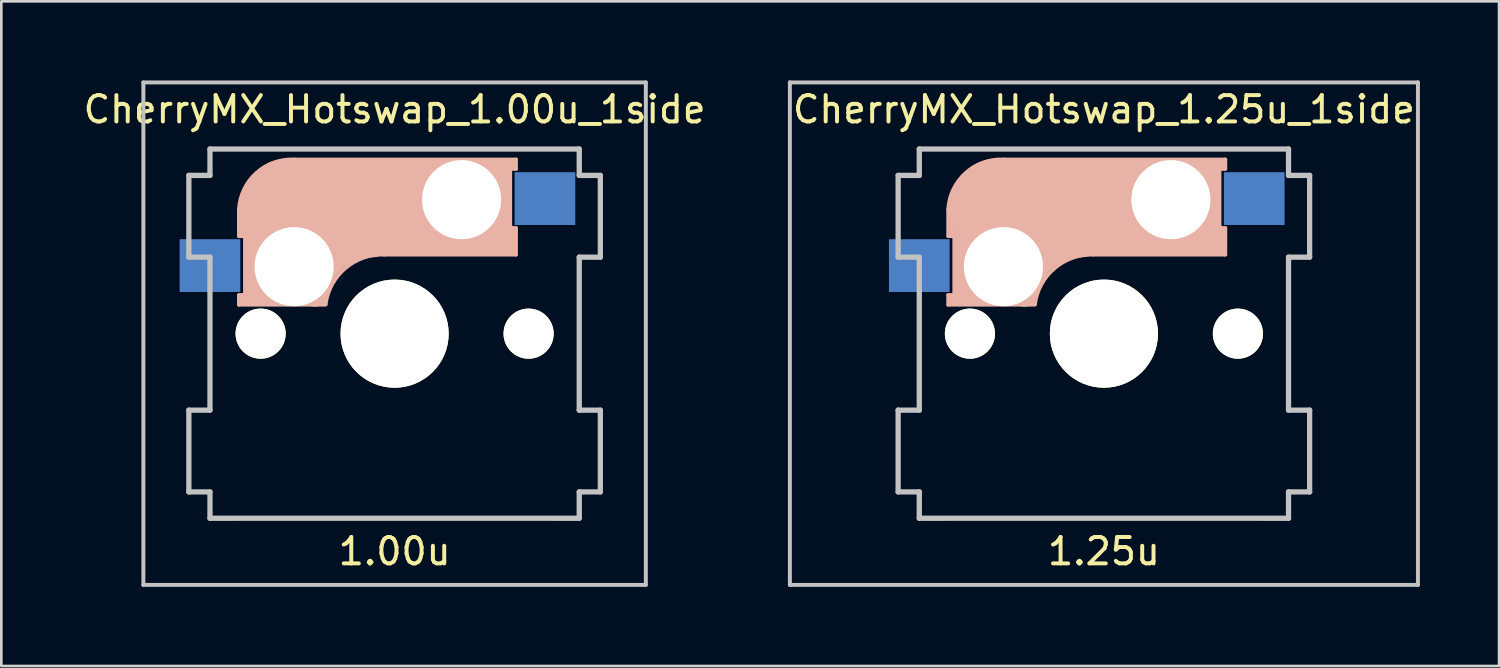
<source format=kicad_pcb>
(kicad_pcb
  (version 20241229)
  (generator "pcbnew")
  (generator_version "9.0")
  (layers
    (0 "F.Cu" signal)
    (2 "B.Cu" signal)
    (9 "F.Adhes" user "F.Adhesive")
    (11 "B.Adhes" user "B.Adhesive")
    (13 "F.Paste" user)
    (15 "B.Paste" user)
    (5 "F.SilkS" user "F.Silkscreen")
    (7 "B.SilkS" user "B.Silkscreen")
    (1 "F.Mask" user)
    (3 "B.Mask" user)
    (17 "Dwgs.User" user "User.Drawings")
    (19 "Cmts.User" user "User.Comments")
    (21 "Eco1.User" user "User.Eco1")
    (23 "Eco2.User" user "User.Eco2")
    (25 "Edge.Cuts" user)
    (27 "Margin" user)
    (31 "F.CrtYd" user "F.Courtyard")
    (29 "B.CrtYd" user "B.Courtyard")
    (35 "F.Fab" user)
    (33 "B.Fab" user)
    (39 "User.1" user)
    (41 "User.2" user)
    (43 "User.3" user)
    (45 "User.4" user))
  (footprint "CherryMX_Hotswap_1.00u_1side"
    (layer "F.Cu")
    (at 11.911 9.6)
    (property "Reference" "CherryMX_Hotswap_1.00u_1side" (at 0 -8.5 0) (layer "F.SilkS") (effects (font (size 1 1) (thickness 0.15))))
    (attr through_hole)
    (fp_line (start -7 -7) (end -6 -7) (stroke (width 0.15) (type solid)) (layer "F.SilkS"))
    (fp_line (start -7 -6) (end -7 -7) (stroke (width 0.15) (type solid)) (layer "F.SilkS"))
    (fp_line (start -7 6) (end -7 7) (stroke (width 0.15) (type solid)) (layer "F.SilkS"))
    (fp_line (start -7 7) (end -6 7) (stroke (width 0.15) (type solid)) (layer "F.SilkS"))
    (fp_line (start 6 7) (end 7 7) (stroke (width 0.15) (type solid)) (layer "F.SilkS"))
    (fp_line (start 7 -7) (end 6 -7) (stroke (width 0.15) (type solid)) (layer "F.SilkS"))
    (fp_line (start 7 -7) (end 7 -6) (stroke (width 0.15) (type solid)) (layer "F.SilkS"))
    (fp_line (start 7 7) (end 7 6) (stroke (width 0.15) (type solid)) (layer "F.SilkS"))
    (fp_line (start -5.9 -4.7) (end -5.9 -3.7) (stroke (width 0.15) (type solid)) (layer "B.SilkS"))
    (fp_line (start -5.9 -3.7) (end -5.7 -3.7) (stroke (width 0.15) (type solid)) (layer "B.SilkS"))
    (fp_line (start -5.9 -1.1) (end -5.9 -1.46) (stroke (width 0.15) (type solid)) (layer "B.SilkS"))
    (fp_line (start -5.9 -1.1) (end -2.62 -1.1) (stroke (width 0.15) (type solid)) (layer "B.SilkS"))
    (fp_line (start -5.8 -3.8) (end -5.8 -4.7) (stroke (width 0.3) (type solid)) (layer "B.SilkS"))
    (fp_line (start -5.7 -1.46) (end -5.9 -1.46) (stroke (width 0.15) (type solid)) (layer "B.SilkS"))
    (fp_line (start -5.7 -1.3) (end -3 -1.3) (stroke (width 0.5) (type solid)) (layer "B.SilkS"))
    (fp_line (start -5.67 -3.7) (end -5.67 -1.46) (stroke (width 0.15) (type solid)) (layer "B.SilkS"))
    (fp_line (start -5.3 -1.6) (end -5.3 -3.4) (stroke (width 0.8) (type solid)) (layer "B.SilkS"))
    (fp_line (start -4.17 -5.1) (end -4.17 -2.86) (stroke (width 3) (type solid)) (layer "B.SilkS"))
    (fp_line (start -0.4 -3) (end 4.6 -3) (stroke (width 0.15) (type solid)) (layer "B.SilkS"))
    (fp_line (start 2.6 -4.8) (end -4.1 -4.8) (stroke (width 3.5) (type solid)) (layer "B.SilkS"))
    (fp_line (start 3.9 -6) (end 3.9 -3.5) (stroke (width 1) (type solid)) (layer "B.SilkS"))
    (fp_line (start 4.3 -3.3) (end 2.9 -3.3) (stroke (width 0.5) (type solid)) (layer "B.SilkS"))
    (fp_line (start 4.38 -4) (end 4.38 -6.25) (stroke (width 0.15) (type solid)) (layer "B.SilkS"))
    (fp_line (start 4.4 -6.4) (end 3 -6.4) (stroke (width 0.4) (type solid)) (layer "B.SilkS"))
    (fp_line (start 4.4 -6.25) (end 4.6 -6.25) (stroke (width 0.15) (type solid)) (layer "B.SilkS"))
    (fp_line (start 4.4 -3.9) (end 4.4 -3.2) (stroke (width 0.4) (type solid)) (layer "B.SilkS"))
    (fp_line (start 4.6 -6.6) (end -3.8 -6.6) (stroke (width 0.15) (type solid)) (layer "B.SilkS"))
    (fp_line (start 4.6 -6.25) (end 4.6 -6.6) (stroke (width 0.15) (type solid)) (layer "B.SilkS"))
    (fp_line (start 4.6 -4) (end 4.4 -4) (stroke (width 0.15) (type solid)) (layer "B.SilkS"))
    (fp_line (start 4.6 -3) (end 4.6 -4) (stroke (width 0.15) (type solid)) (layer "B.SilkS"))
    (fp_arc (start -5.9 -4.699999) (mid -5.243504 -6.084924) (end -3.800001 -6.6) (stroke (width 0.15) (type solid)) (layer "B.SilkS"))
    (fp_arc (start -3.016318 -1.521471) (mid -2.268709 -2.886118) (end -0.8 -3.4) (stroke (width 1) (type solid)) (layer "B.SilkS"))
    (fp_arc (start -2.616318 -1.121471) (mid -1.868709 -2.486118) (end -0.4 -3) (stroke (width 0.15) (type solid)) (layer "B.SilkS"))
    (fp_line (start -9.525 -9.525) (end 9.525 -9.525) (stroke (width 0.15) (type solid)) (layer "Dwgs.User"))
    (fp_line (start -9.525 9.525) (end -9.525 -9.525) (stroke (width 0.15) (type solid)) (layer "Dwgs.User"))
    (fp_line (start -7.801 -6) (end -7.801 -2.9) (stroke (width 0.2) (type solid)) (layer "Dwgs.User"))
    (fp_line (start -7.801 -2.9) (end -7 -2.9) (stroke (width 0.2) (type solid)) (layer "Dwgs.User"))
    (fp_line (start -7.801 2.9) (end -7.801 6) (stroke (width 0.2) (type solid)) (layer "Dwgs.User"))
    (fp_line (start -7.801 6) (end -7 6) (stroke (width 0.2) (type solid)) (layer "Dwgs.User"))
    (fp_line (start -7 -7) (end -7 -6) (stroke (width 0.2) (type solid)) (layer "Dwgs.User"))
    (fp_line (start -7 -6) (end -7.801 -6) (stroke (width 0.2) (type solid)) (layer "Dwgs.User"))
    (fp_line (start -7 -2.9) (end -7 2.9) (stroke (width 0.2) (type solid)) (layer "Dwgs.User"))
    (fp_line (start -7 2.9) (end -7.801 2.9) (stroke (width 0.2) (type solid)) (layer "Dwgs.User"))
    (fp_line (start -7 6) (end -7 6.999) (stroke (width 0.2) (type solid)) (layer "Dwgs.User"))
    (fp_line (start -7 6.999) (end 7 6.999) (stroke (width 0.2) (type solid)) (layer "Dwgs.User"))
    (fp_line (start 7 -7) (end -7 -7) (stroke (width 0.2) (type solid)) (layer "Dwgs.User"))
    (fp_line (start 7 -6) (end 7 -7) (stroke (width 0.2) (type solid)) (layer "Dwgs.User"))
    (fp_line (start 7 -2.9) (end 7.8 -2.9) (stroke (width 0.2) (type solid)) (layer "Dwgs.User"))
    (fp_line (start 7 2.9) (end 7 -2.9) (stroke (width 0.2) (type solid)) (layer "Dwgs.User"))
    (fp_line (start 7 6) (end 7.8 6) (stroke (width 0.2) (type solid)) (layer "Dwgs.User"))
    (fp_line (start 7 6.999) (end 7 6) (stroke (width 0.2) (type solid)) (layer "Dwgs.User"))
    (fp_line (start 7.8 -6) (end 7 -6) (stroke (width 0.2) (type solid)) (layer "Dwgs.User"))
    (fp_line (start 7.8 -2.9) (end 7.8 -6) (stroke (width 0.2) (type solid)) (layer "Dwgs.User"))
    (fp_line (start 7.8 2.9) (end 7 2.9) (stroke (width 0.2) (type solid)) (layer "Dwgs.User"))
    (fp_line (start 7.8 6) (end 7.8 2.9) (stroke (width 0.2) (type solid)) (layer "Dwgs.User"))
    (fp_line (start 9.525 -9.525) (end 9.525 9.525) (stroke (width 0.15) (type solid)) (layer "Dwgs.User"))
    (fp_line (start 9.525 9.525) (end -9.525 9.525) (stroke (width 0.15) (type solid)) (layer "Dwgs.User"))
    (fp_text user "1.00u" (at 0 8.255 180) (layer "F.SilkS") (effects (font (size 1 1) (thickness 0.15))))
    (pad "" np_thru_hole circle (at -5.08 0) (size 1.9 1.9) (drill 1.9) (layers "*.Cu" "*.Mask" "F.SilkS"))
    (pad "" np_thru_hole circle (at -3.81 -2.54 180) (size 3 3) (drill 3) (layers "*.Cu" "*.Mask"))
    (pad "" np_thru_hole circle (at 0 0 90) (size 4.1 4.1) (drill 4.1) (layers "*.Cu" "*.Mask" "F.SilkS"))
    (pad "" np_thru_hole circle (at 2.54 -5.08 180) (size 3 3) (drill 3) (layers "*.Cu" "*.Mask"))
    (pad "" np_thru_hole circle (at 5.08 0) (size 1.9 1.9) (drill 1.9) (layers "*.Cu" "*.Mask" "F.SilkS"))
    (pad "1" smd rect (at -7 -2.58 180) (size 2.3 2) (layers "B.Cu" "B.Mask" "B.Paste"))
    (pad "2" smd rect (at 5.7 -5.12 180) (size 2.3 2) (layers "B.Cu" "B.Mask" "B.Paste")))
  (footprint "CherryMX_Hotswap_1.25u_1side"
    (layer "F.Cu")
    (at 38.803 9.6)
    (property "Reference" "CherryMX_Hotswap_1.25u_1side" (at 0 -8.5 0) (layer "F.SilkS") (effects (font (size 1 1) (thickness 0.15))))
    (attr through_hole)
    (fp_line (start -7 -7) (end -6 -7) (stroke (width 0.15) (type solid)) (layer "F.SilkS"))
    (fp_line (start -7 -6) (end -7 -7) (stroke (width 0.15) (type solid)) (layer "F.SilkS"))
    (fp_line (start -7 6) (end -7 7) (stroke (width 0.15) (type solid)) (layer "F.SilkS"))
    (fp_line (start -7 7) (end -6 7) (stroke (width 0.15) (type solid)) (layer "F.SilkS"))
    (fp_line (start 6 7) (end 7 7) (stroke (width 0.15) (type solid)) (layer "F.SilkS"))
    (fp_line (start 7 -7) (end 6 -7) (stroke (width 0.15) (type solid)) (layer "F.SilkS"))
    (fp_line (start 7 -7) (end 7 -6) (stroke (width 0.15) (type solid)) (layer "F.SilkS"))
    (fp_line (start 7 7) (end 7 6) (stroke (width 0.15) (type solid)) (layer "F.SilkS"))
    (fp_line (start -5.9 -4.7) (end -5.9 -3.7) (stroke (width 0.15) (type solid)) (layer "B.SilkS"))
    (fp_line (start -5.9 -3.7) (end -5.7 -3.7) (stroke (width 0.15) (type solid)) (layer "B.SilkS"))
    (fp_line (start -5.9 -1.1) (end -5.9 -1.46) (stroke (width 0.15) (type solid)) (layer "B.SilkS"))
    (fp_line (start -5.9 -1.1) (end -2.62 -1.1) (stroke (width 0.15) (type solid)) (layer "B.SilkS"))
    (fp_line (start -5.8 -3.8) (end -5.8 -4.7) (stroke (width 0.3) (type solid)) (layer "B.SilkS"))
    (fp_line (start -5.7 -1.46) (end -5.9 -1.46) (stroke (width 0.15) (type solid)) (layer "B.SilkS"))
    (fp_line (start -5.7 -1.3) (end -3 -1.3) (stroke (width 0.5) (type solid)) (layer "B.SilkS"))
    (fp_line (start -5.67 -3.7) (end -5.67 -1.46) (stroke (width 0.15) (type solid)) (layer "B.SilkS"))
    (fp_line (start -5.3 -1.6) (end -5.3 -3.4) (stroke (width 0.8) (type solid)) (layer "B.SilkS"))
    (fp_line (start -4.17 -5.1) (end -4.17 -2.86) (stroke (width 3) (type solid)) (layer "B.SilkS"))
    (fp_line (start -0.4 -3) (end 4.6 -3) (stroke (width 0.15) (type solid)) (layer "B.SilkS"))
    (fp_line (start 2.6 -4.8) (end -4.1 -4.8) (stroke (width 3.5) (type solid)) (layer "B.SilkS"))
    (fp_line (start 3.9 -6) (end 3.9 -3.5) (stroke (width 1) (type solid)) (layer "B.SilkS"))
    (fp_line (start 4.3 -3.3) (end 2.9 -3.3) (stroke (width 0.5) (type solid)) (layer "B.SilkS"))
    (fp_line (start 4.38 -4) (end 4.38 -6.25) (stroke (width 0.15) (type solid)) (layer "B.SilkS"))
    (fp_line (start 4.4 -6.4) (end 3 -6.4) (stroke (width 0.4) (type solid)) (layer "B.SilkS"))
    (fp_line (start 4.4 -6.25) (end 4.6 -6.25) (stroke (width 0.15) (type solid)) (layer "B.SilkS"))
    (fp_line (start 4.4 -3.9) (end 4.4 -3.2) (stroke (width 0.4) (type solid)) (layer "B.SilkS"))
    (fp_line (start 4.6 -6.6) (end -3.8 -6.6) (stroke (width 0.15) (type solid)) (layer "B.SilkS"))
    (fp_line (start 4.6 -6.25) (end 4.6 -6.6) (stroke (width 0.15) (type solid)) (layer "B.SilkS"))
    (fp_line (start 4.6 -4) (end 4.4 -4) (stroke (width 0.15) (type solid)) (layer "B.SilkS"))
    (fp_line (start 4.6 -3) (end 4.6 -4) (stroke (width 0.15) (type solid)) (layer "B.SilkS"))
    (fp_arc (start -5.9 -4.699999) (mid -5.243504 -6.084924) (end -3.800001 -6.6) (stroke (width 0.15) (type solid)) (layer "B.SilkS"))
    (fp_arc (start -3.016318 -1.521471) (mid -2.268709 -2.886118) (end -0.8 -3.4) (stroke (width 1) (type solid)) (layer "B.SilkS"))
    (fp_arc (start -2.616318 -1.121471) (mid -1.868709 -2.486118) (end -0.4 -3) (stroke (width 0.15) (type solid)) (layer "B.SilkS"))
    (fp_line (start -11.906 -9.525) (end 11.906 -9.525) (stroke (width 0.15) (type solid)) (layer "Dwgs.User"))
    (fp_line (start -11.906 9.525) (end -11.906 -9.525) (stroke (width 0.15) (type solid)) (layer "Dwgs.User"))
    (fp_line (start -7.801 -6) (end -7.801 -2.9) (stroke (width 0.2) (type solid)) (layer "Dwgs.User"))
    (fp_line (start -7.801 -2.9) (end -7 -2.9) (stroke (width 0.2) (type solid)) (layer "Dwgs.User"))
    (fp_line (start -7.801 2.9) (end -7.801 6) (stroke (width 0.2) (type solid)) (layer "Dwgs.User"))
    (fp_line (start -7.801 6) (end -7 6) (stroke (width 0.2) (type solid)) (layer "Dwgs.User"))
    (fp_line (start -7 -7) (end -7 -6) (stroke (width 0.2) (type solid)) (layer "Dwgs.User"))
    (fp_line (start -7 -6) (end -7.801 -6) (stroke (width 0.2) (type solid)) (layer "Dwgs.User"))
    (fp_line (start -7 -2.9) (end -7 2.9) (stroke (width 0.2) (type solid)) (layer "Dwgs.User"))
    (fp_line (start -7 2.9) (end -7.801 2.9) (stroke (width 0.2) (type solid)) (layer "Dwgs.User"))
    (fp_line (start -7 6) (end -7 6.999) (stroke (width 0.2) (type solid)) (layer "Dwgs.User"))
    (fp_line (start -7 6.999) (end 7 6.999) (stroke (width 0.2) (type solid)) (layer "Dwgs.User"))
    (fp_line (start 7 -7) (end -7 -7) (stroke (width 0.2) (type solid)) (layer "Dwgs.User"))
    (fp_line (start 7 -6) (end 7 -7) (stroke (width 0.2) (type solid)) (layer "Dwgs.User"))
    (fp_line (start 7 -2.9) (end 7.8 -2.9) (stroke (width 0.2) (type solid)) (layer "Dwgs.User"))
    (fp_line (start 7 2.9) (end 7 -2.9) (stroke (width 0.2) (type solid)) (layer "Dwgs.User"))
    (fp_line (start 7 6) (end 7.8 6) (stroke (width 0.2) (type solid)) (layer "Dwgs.User"))
    (fp_line (start 7 6.999) (end 7 6) (stroke (width 0.2) (type solid)) (layer "Dwgs.User"))
    (fp_line (start 7.8 -6) (end 7 -6) (stroke (width 0.2) (type solid)) (layer "Dwgs.User"))
    (fp_line (start 7.8 -2.9) (end 7.8 -6) (stroke (width 0.2) (type solid)) (layer "Dwgs.User"))
    (fp_line (start 7.8 2.9) (end 7 2.9) (stroke (width 0.2) (type solid)) (layer "Dwgs.User"))
    (fp_line (start 7.8 6) (end 7.8 2.9) (stroke (width 0.2) (type solid)) (layer "Dwgs.User"))
    (fp_line (start 11.906 -9.525) (end 11.906 9.525) (stroke (width 0.15) (type solid)) (layer "Dwgs.User"))
    (fp_line (start 11.906 9.525) (end -11.906 9.525) (stroke (width 0.15) (type solid)) (layer "Dwgs.User"))
    (fp_text user "1.25u" (at 0 8.255 0) (layer "F.SilkS") (effects (font (size 1 1) (thickness 0.15))))
    (pad "" np_thru_hole circle (at -5.08 0) (size 1.9 1.9) (drill 1.9) (layers "*.Cu" "*.Mask" "F.SilkS"))
    (pad "" np_thru_hole circle (at -3.81 -2.54 180) (size 3 3) (drill 3) (layers "*.Cu" "*.Mask"))
    (pad "" np_thru_hole circle (at 0 0 90) (size 4.1 4.1) (drill 4.1) (layers "*.Cu" "*.Mask" "F.SilkS"))
    (pad "" np_thru_hole circle (at 2.54 -5.08 180) (size 3 3) (drill 3) (layers "*.Cu" "*.Mask"))
    (pad "" np_thru_hole circle (at 5.08 0) (size 1.9 1.9) (drill 1.9) (layers "*.Cu" "*.Mask" "F.SilkS"))
    (pad "1" smd rect (at -7 -2.58 180) (size 2.3 2) (layers "B.Cu" "B.Mask" "B.Paste"))
    (pad "2" smd rect (at 5.7 -5.12 180) (size 2.3 2) (layers "B.Cu" "B.Mask" "B.Paste")))
  (gr_rect
    (start -3 -3)
    (end 53.784 22.2)
    (stroke (width 0.1) (type default))
    (fill no)
    (layer "Edge.Cuts")))
</source>
